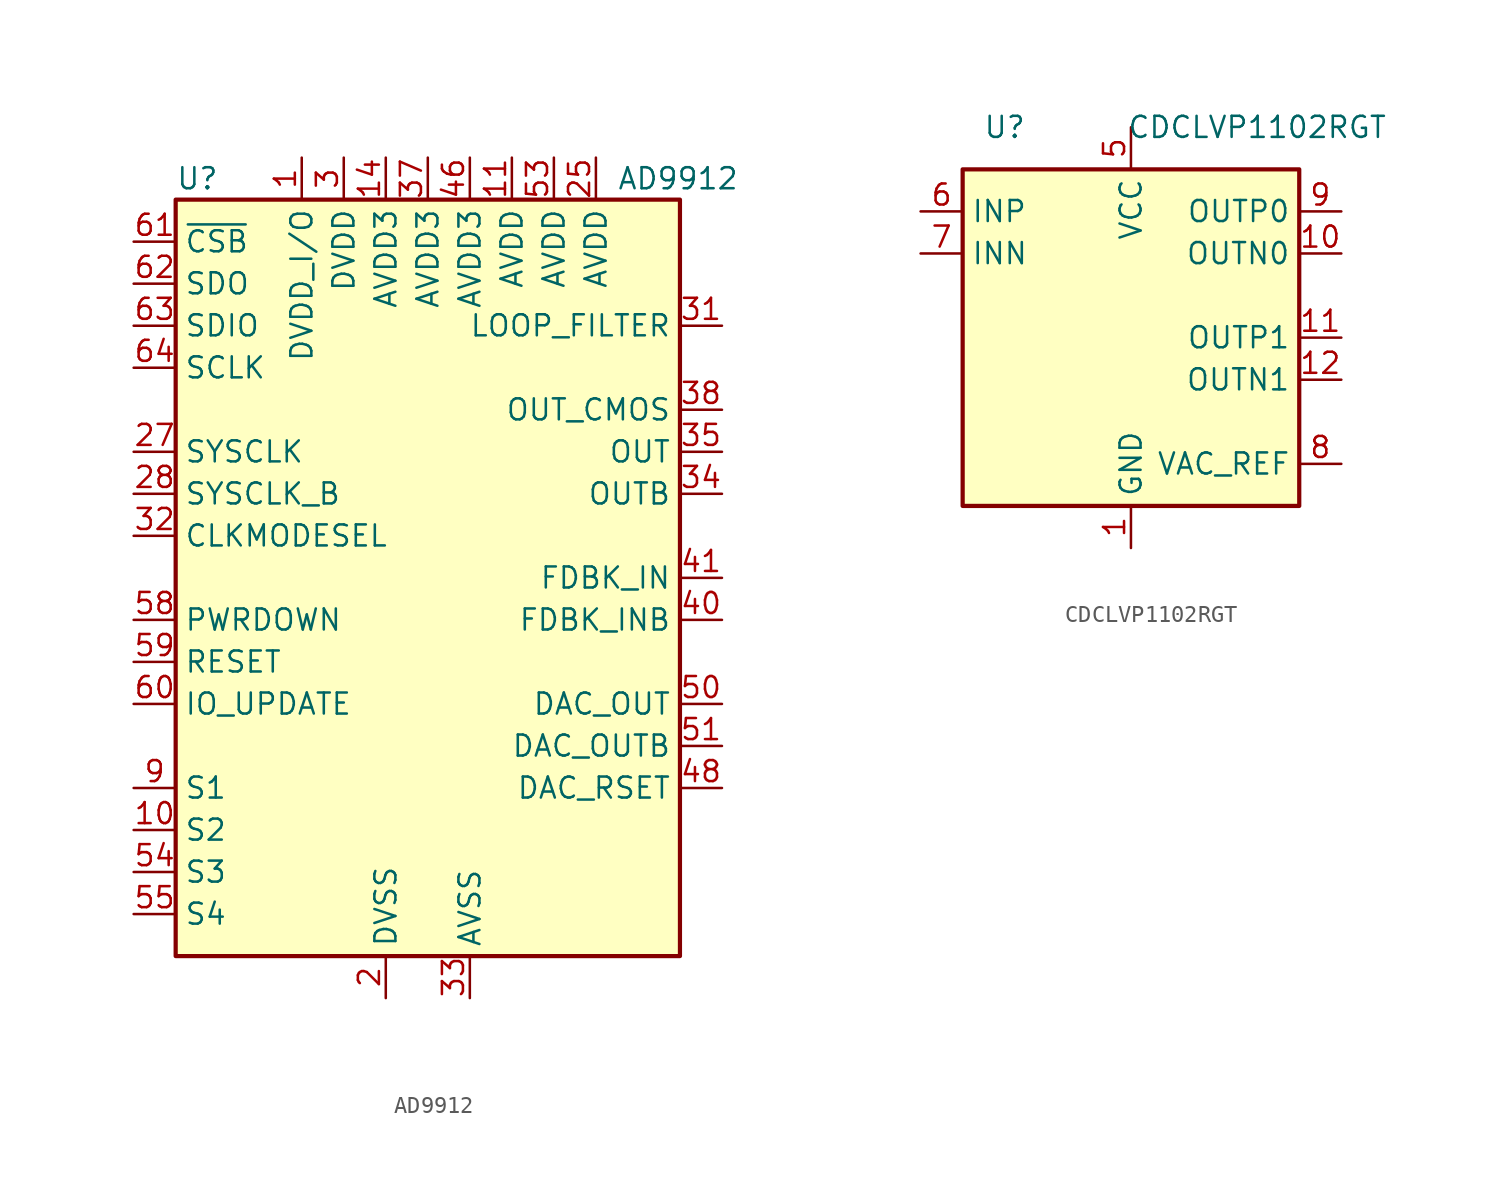
<source format=kicad_sym>
(kicad_symbol_lib
  (version 20200908)
  (generator kicad_symbol_editor)
  (symbol "Interface:AD9912"
    (property "Reference" "U"
      (at -15.24 24.13 0)
      (effects (font (size 1.27 1.27)) (justify left)))
    (property "Value" "AD9912"
      (at 11.43 24.13 0)
      (effects (font (size 1.27 1.27)) (justify left)))
    (symbol "AD9912_0_1"
      (rectangle (start -15.24 22.86) (end 15.24 -22.86) (stroke (width 0.254)) (fill (type background))))
    (symbol "AD9912_1_1"
      (pin power_in line (at -7.62 25.4 270) (length 2.54) (name "DVDD_I/O" (effects (font (size 1.27 1.27)))) (number "1" (effects (font (size 1.27 1.27)))))
      (pin tri_state line (at -17.78 -15.24 0) (length 2.54) (name "S2" (effects (font (size 1.27 1.27)))) (number "10" (effects (font (size 1.27 1.27)))))
      (pin power_in line (at 5.08 25.4 270) (length 2.54) (name "AVDD" (effects (font (size 1.27 1.27)))) (number "11" (effects (font (size 1.27 1.27)))))
      (pin unconnected line (at 7.62 -22.86 90) (length 2.54) hide (name "NC" (effects (font (size 1.27 1.27)))) (number "12" (effects (font (size 1.27 1.27)))))
      (pin unconnected line (at 10.16 -22.86 90) (length 2.54) hide (name "NC" (effects (font (size 1.27 1.27)))) (number "13" (effects (font (size 1.27 1.27)))))
      (pin power_in line (at -2.54 25.4 270) (length 2.54) (name "AVDD3" (effects (font (size 1.27 1.27)))) (number "14" (effects (font (size 1.27 1.27)))))
      (pin unconnected line (at 12.7 -22.86 90) (length 2.54) hide (name "NC" (effects (font (size 1.27 1.27)))) (number "15" (effects (font (size 1.27 1.27)))))
      (pin unconnected line (at 5.08 -22.86 90) (length 2.54) hide (name "NC" (effects (font (size 1.27 1.27)))) (number "16" (effects (font (size 1.27 1.27)))))
      (pin unconnected line (at 0 -22.86 90) (length 2.54) hide (name "NC" (effects (font (size 1.27 1.27)))) (number "17" (effects (font (size 1.27 1.27)))))
      (pin unconnected line (at -12.7 -22.86 90) (length 2.54) hide (name "NC" (effects (font (size 1.27 1.27)))) (number "18" (effects (font (size 1.27 1.27)))))
      (pin passive line (at 5.08 25.4 270) (length 2.54) hide (name "AVDD" (effects (font (size 1.27 1.27)))) (number "19" (effects (font (size 1.27 1.27)))))
      (pin power_in line (at -2.54 -25.4 90) (length 2.54) (name "DVSS" (effects (font (size 1.27 1.27)))) (number "2" (effects (font (size 1.27 1.27)))))
      (pin unconnected line (at -5.08 -22.86 90) (length 2.54) hide (name "NC" (effects (font (size 1.27 1.27)))) (number "20" (effects (font (size 1.27 1.27)))))
      (pin unconnected line (at -7.62 -22.86 90) (length 2.54) hide (name "NC" (effects (font (size 1.27 1.27)))) (number "21" (effects (font (size 1.27 1.27)))))
      (pin unconnected line (at -10.16 -22.86 90) (length 2.54) hide (name "NC" (effects (font (size 1.27 1.27)))) (number "22" (effects (font (size 1.27 1.27)))))
      (pin passive line (at 5.08 25.4 270) (length 2.54) hide (name "AVDD" (effects (font (size 1.27 1.27)))) (number "23" (effects (font (size 1.27 1.27)))))
      (pin passive line (at 5.08 25.4 270) (length 2.54) hide (name "AVDD" (effects (font (size 1.27 1.27)))) (number "24" (effects (font (size 1.27 1.27)))))
      (pin power_in line (at 10.16 25.4 270) (length 2.54) (name "AVDD" (effects (font (size 1.27 1.27)))) (number "25" (effects (font (size 1.27 1.27)))))
      (pin passive line (at 10.16 25.4 270) (length 2.54) hide (name "AVDD" (effects (font (size 1.27 1.27)))) (number "26" (effects (font (size 1.27 1.27)))))
      (pin input line (at -17.78 7.62 0) (length 2.54) (name "SYSCLK" (effects (font (size 1.27 1.27)))) (number "27" (effects (font (size 1.27 1.27)))))
      (pin input line (at -17.78 5.08 0) (length 2.54) (name "SYSCLK_B" (effects (font (size 1.27 1.27)))) (number "28" (effects (font (size 1.27 1.27)))))
      (pin passive line (at 10.16 25.4 270) (length 2.54) hide (name "AVDD" (effects (font (size 1.27 1.27)))) (number "29" (effects (font (size 1.27 1.27)))))
      (pin power_in line (at -5.08 25.4 270) (length 2.54) (name "DVDD" (effects (font (size 1.27 1.27)))) (number "3" (effects (font (size 1.27 1.27)))))
      (pin passive line (at 10.16 25.4 270) (length 2.54) hide (name "AVDD" (effects (font (size 1.27 1.27)))) (number "30" (effects (font (size 1.27 1.27)))))
      (pin passive line (at 17.78 15.24 180) (length 2.54) (name "LOOP_FILTER" (effects (font (size 1.27 1.27)))) (number "31" (effects (font (size 1.27 1.27)))))
      (pin input line (at -17.78 2.54 0) (length 2.54) (name "CLKMODESEL" (effects (font (size 1.27 1.27)))) (number "32" (effects (font (size 1.27 1.27)))))
      (pin power_in line (at 2.54 -25.4 90) (length 2.54) (name "AVSS" (effects (font (size 1.27 1.27)))) (number "33" (effects (font (size 1.27 1.27)))))
      (pin output line (at 17.78 5.08 180) (length 2.54) (name "OUTB" (effects (font (size 1.27 1.27)))) (number "34" (effects (font (size 1.27 1.27)))))
      (pin output line (at 17.78 7.62 180) (length 2.54) (name "OUT" (effects (font (size 1.27 1.27)))) (number "35" (effects (font (size 1.27 1.27)))))
      (pin passive line (at 5.08 25.4 270) (length 2.54) hide (name "AVDD" (effects (font (size 1.27 1.27)))) (number "36" (effects (font (size 1.27 1.27)))))
      (pin power_in line (at 0 25.4 270) (length 2.54) (name "AVDD3" (effects (font (size 1.27 1.27)))) (number "37" (effects (font (size 1.27 1.27)))))
      (pin output line (at 17.78 10.16 180) (length 2.54) (name "OUT_CMOS" (effects (font (size 1.27 1.27)))) (number "38" (effects (font (size 1.27 1.27)))))
      (pin passive line (at 2.54 -25.4 90) (length 2.54) hide (name "AVSS" (effects (font (size 1.27 1.27)))) (number "39" (effects (font (size 1.27 1.27)))))
      (pin passive line (at -2.54 -25.4 90) (length 2.54) hide (name "DVSS" (effects (font (size 1.27 1.27)))) (number "4" (effects (font (size 1.27 1.27)))))
      (pin input line (at 17.78 -2.54 180) (length 2.54) (name "FDBK_INB" (effects (font (size 1.27 1.27)))) (number "40" (effects (font (size 1.27 1.27)))))
      (pin input line (at 17.78 0 180) (length 2.54) (name "FDBK_IN" (effects (font (size 1.27 1.27)))) (number "41" (effects (font (size 1.27 1.27)))))
      (pin passive line (at 5.08 25.4 270) (length 2.54) hide (name "AVDD" (effects (font (size 1.27 1.27)))) (number "42" (effects (font (size 1.27 1.27)))))
      (pin passive line (at 2.54 -25.4 90) (length 2.54) hide (name "AVSS" (effects (font (size 1.27 1.27)))) (number "43" (effects (font (size 1.27 1.27)))))
      (pin passive line (at 5.08 25.4 270) (length 2.54) hide (name "AVDD" (effects (font (size 1.27 1.27)))) (number "44" (effects (font (size 1.27 1.27)))))
      (pin passive line (at 5.08 25.4 270) (length 2.54) hide (name "AVDD" (effects (font (size 1.27 1.27)))) (number "45" (effects (font (size 1.27 1.27)))))
      (pin power_in line (at 2.54 25.4 270) (length 2.54) (name "AVDD3" (effects (font (size 1.27 1.27)))) (number "46" (effects (font (size 1.27 1.27)))))
      (pin passive line (at 2.54 25.4 270) (length 2.54) hide (name "AVDD3" (effects (font (size 1.27 1.27)))) (number "47" (effects (font (size 1.27 1.27)))))
      (pin passive line (at 17.78 -12.7 180) (length 2.54) (name "DAC_RSET" (effects (font (size 1.27 1.27)))) (number "48" (effects (font (size 1.27 1.27)))))
      (pin passive line (at 2.54 25.4 270) (length 2.54) hide (name "AVDD3" (effects (font (size 1.27 1.27)))) (number "49" (effects (font (size 1.27 1.27)))))
      (pin passive line (at -5.08 25.4 270) (length 2.54) hide (name "DVDD" (effects (font (size 1.27 1.27)))) (number "5" (effects (font (size 1.27 1.27)))))
      (pin output line (at 17.78 -7.62 180) (length 2.54) (name "DAC_OUT" (effects (font (size 1.27 1.27)))) (number "50" (effects (font (size 1.27 1.27)))))
      (pin output line (at 17.78 -10.16 180) (length 2.54) (name "DAC_OUTB" (effects (font (size 1.27 1.27)))) (number "51" (effects (font (size 1.27 1.27)))))
      (pin passive line (at 2.54 -25.4 90) (length 2.54) hide (name "AVSS" (effects (font (size 1.27 1.27)))) (number "52" (effects (font (size 1.27 1.27)))))
      (pin power_in line (at 7.62 25.4 270) (length 2.54) (name "AVDD" (effects (font (size 1.27 1.27)))) (number "53" (effects (font (size 1.27 1.27)))))
      (pin tri_state line (at -17.78 -17.78 0) (length 2.54) (name "S3" (effects (font (size 1.27 1.27)))) (number "54" (effects (font (size 1.27 1.27)))))
      (pin tri_state line (at -17.78 -20.32 0) (length 2.54) (name "S4" (effects (font (size 1.27 1.27)))) (number "55" (effects (font (size 1.27 1.27)))))
      (pin passive line (at -2.54 -25.4 90) (length 2.54) hide (name "DVSS" (effects (font (size 1.27 1.27)))) (number "56" (effects (font (size 1.27 1.27)))))
      (pin passive line (at -2.54 -25.4 90) (length 2.54) hide (name "DVSS" (effects (font (size 1.27 1.27)))) (number "57" (effects (font (size 1.27 1.27)))))
      (pin input line (at -17.78 -2.54 0) (length 2.54) (name "PWRDOWN" (effects (font (size 1.27 1.27)))) (number "58" (effects (font (size 1.27 1.27)))))
      (pin input line (at -17.78 -5.08 0) (length 2.54) (name "RESET" (effects (font (size 1.27 1.27)))) (number "59" (effects (font (size 1.27 1.27)))))
      (pin passive line (at -2.54 -25.4 90) (length 2.54) hide (name "DVSS" (effects (font (size 1.27 1.27)))) (number "6" (effects (font (size 1.27 1.27)))))
      (pin input line (at -17.78 -7.62 0) (length 2.54) (name "IO_UPDATE" (effects (font (size 1.27 1.27)))) (number "60" (effects (font (size 1.27 1.27)))))
      (pin input line (at -17.78 20.32 0) (length 2.54) (name "~CSB" (effects (font (size 1.27 1.27)))) (number "61" (effects (font (size 1.27 1.27)))))
      (pin output line (at -17.78 17.78 0) (length 2.54) (name "SDO" (effects (font (size 1.27 1.27)))) (number "62" (effects (font (size 1.27 1.27)))))
      (pin bidirectional line (at -17.78 15.24 0) (length 2.54) (name "SDIO" (effects (font (size 1.27 1.27)))) (number "63" (effects (font (size 1.27 1.27)))))
      (pin input line (at -17.78 12.7 0) (length 2.54) (name "SCLK" (effects (font (size 1.27 1.27)))) (number "64" (effects (font (size 1.27 1.27)))))
      (pin passive line (at 2.54 -25.4 90) (length 2.54) hide (name "AVSS" (effects (font (size 1.27 1.27)))) (number "65" (effects (font (size 1.27 1.27)))))
      (pin passive line (at -5.08 25.4 270) (length 2.54) hide (name "DVDD" (effects (font (size 1.27 1.27)))) (number "7" (effects (font (size 1.27 1.27)))))
      (pin passive line (at -2.54 -25.4 90) (length 2.54) hide (name "DVSS" (effects (font (size 1.27 1.27)))) (number "8" (effects (font (size 1.27 1.27)))))
      (pin tri_state line (at -17.78 -12.7 0) (length 2.54) (name "S1" (effects (font (size 1.27 1.27)))) (number "9" (effects (font (size 1.27 1.27)))))))
  (symbol "Interface:CDCLVP1102RGT"
    (property "Reference" "U"
      (at -7.62 12.7 0)
      (effects (font (size 1.27 1.27))))
    (property "Value" "CDCLVP1102RGT"
      (at 7.62 12.7 0)
      (effects (font (size 1.27 1.27))))
    (symbol "CDCLVP1102RGT_0_1"
      (rectangle (start -10.16 10.16) (end 10.16 -10.16) (stroke (width 0.254)) (fill (type background))))
    (symbol "CDCLVP1102RGT_0_0"
      (pin power_in line (at 0 -12.7 90) (length 2.54) (name "GND" (effects (font (size 1.27 1.27)))) (number "1" (effects (font (size 1.27 1.27)))))
      (pin output line (at 12.7 5.08 180) (length 2.54) (name "OUTN0" (effects (font (size 1.27 1.27)))) (number "10" (effects (font (size 1.27 1.27)))))
      (pin output line (at 12.7 0 180) (length 2.54) (name "OUTP1" (effects (font (size 1.27 1.27)))) (number "11" (effects (font (size 1.27 1.27)))))
      (pin output line (at 12.7 -2.54 180) (length 2.54) (name "OUTN1" (effects (font (size 1.27 1.27)))) (number "12" (effects (font (size 1.27 1.27)))))
      (pin unconnected line (at -10.16 -5.08 0) (length 2.54) hide (name "NC" (effects (font (size 1.27 1.27)))) (number "13" (effects (font (size 1.27 1.27)))))
      (pin unconnected line (at 10.16 2.54 180) (length 2.54) hide (name "NC" (effects (font (size 1.27 1.27)))) (number "14" (effects (font (size 1.27 1.27)))))
      (pin unconnected line (at 10.16 -5.08 180) (length 2.54) hide (name "NC" (effects (font (size 1.27 1.27)))) (number "15" (effects (font (size 1.27 1.27)))))
      (pin passive line (at 0 -12.7 90) (length 2.54) hide (name "GND" (effects (font (size 1.27 1.27)))) (number "16" (effects (font (size 1.27 1.27)))))
      (pin passive line (at 0 -12.7 90) (length 2.54) hide (name "GND" (effects (font (size 1.27 1.27)))) (number "17" (effects (font (size 1.27 1.27)))))
      (pin unconnected line (at -10.16 2.54 0) (length 2.54) hide (name "NC" (effects (font (size 1.27 1.27)))) (number "2" (effects (font (size 1.27 1.27)))))
      (pin unconnected line (at -10.16 0 0) (length 2.54) hide (name "NC" (effects (font (size 1.27 1.27)))) (number "3" (effects (font (size 1.27 1.27)))))
      (pin unconnected line (at -10.16 -2.54 0) (length 2.54) hide (name "NC" (effects (font (size 1.27 1.27)))) (number "4" (effects (font (size 1.27 1.27)))))
      (pin power_in line (at 0 12.7 270) (length 2.54) (name "VCC" (effects (font (size 1.27 1.27)))) (number "5" (effects (font (size 1.27 1.27)))))
      (pin input line (at -12.7 7.62 0) (length 2.54) (name "INP" (effects (font (size 1.27 1.27)))) (number "6" (effects (font (size 1.27 1.27)))))
      (pin input line (at -12.7 5.08 0) (length 2.54) (name "INN" (effects (font (size 1.27 1.27)))) (number "7" (effects (font (size 1.27 1.27)))))
      (pin output line (at 12.7 -7.62 180) (length 2.54) (name "VAC_REF" (effects (font (size 1.27 1.27)))) (number "8" (effects (font (size 1.27 1.27)))))
      (pin output line (at 12.7 7.62 180) (length 2.54) (name "OUTP0" (effects (font (size 1.27 1.27)))) (number "9" (effects (font (size 1.27 1.27))))))))
</source>
